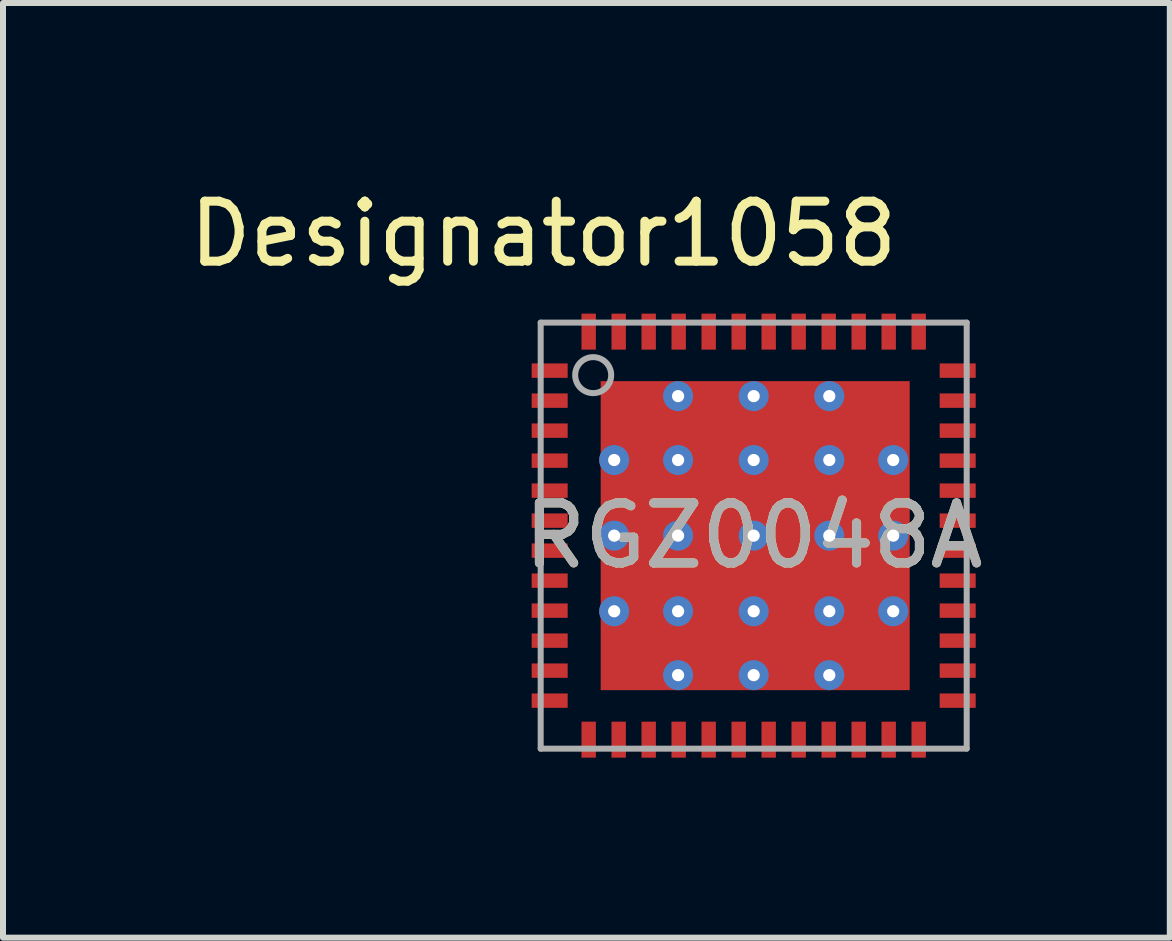
<source format=kicad_pcb>
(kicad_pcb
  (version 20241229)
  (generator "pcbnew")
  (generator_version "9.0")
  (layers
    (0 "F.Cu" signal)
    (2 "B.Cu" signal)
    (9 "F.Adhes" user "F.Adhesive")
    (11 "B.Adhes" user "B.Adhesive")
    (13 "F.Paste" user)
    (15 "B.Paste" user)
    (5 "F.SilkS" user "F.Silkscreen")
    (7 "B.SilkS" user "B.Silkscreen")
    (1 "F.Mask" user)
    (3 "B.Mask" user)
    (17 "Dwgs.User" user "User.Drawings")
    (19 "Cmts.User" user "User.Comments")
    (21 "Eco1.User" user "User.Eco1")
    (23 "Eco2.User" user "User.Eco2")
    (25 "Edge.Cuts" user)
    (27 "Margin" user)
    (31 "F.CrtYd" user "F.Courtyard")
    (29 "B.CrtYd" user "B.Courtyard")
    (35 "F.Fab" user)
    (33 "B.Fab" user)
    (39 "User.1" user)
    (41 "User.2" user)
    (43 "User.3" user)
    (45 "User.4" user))
  (footprint "RGZ0048A"
    (layer "F.Cu")
    (at 9.511 5.877)
    (property "Reference" "RGZ0048A" (at 0 0 0) (unlocked yes) (layer "F.SilkS") (effects (font (size 1 1) (thickness 0.15))))
    (attr smd)
    (fp_poly (pts (xy -1.36 -1.41) (xy -1.36 -2.37) (xy -1.41 -2.42) (xy -2.37 -2.42) (xy -2.42 -2.37) (xy -2.42 -1.41) (xy -2.37 -1.36) (xy -1.41 -1.36)) (stroke (width 0) (type solid)) (fill yes) (layer "F.Paste"))
    (fp_poly (pts (xy -1.36 -0.15) (xy -1.36 -1.11) (xy -1.41 -1.16) (xy -2.37 -1.16) (xy -2.42 -1.11) (xy -2.42 -0.15) (xy -2.37 -0.1) (xy -1.41 -0.1)) (stroke (width 0) (type solid)) (fill yes) (layer "F.Paste"))
    (fp_poly (pts (xy -1.36 0.15) (xy -1.36 1.11) (xy -1.41 1.16) (xy -2.37 1.16) (xy -2.42 1.11) (xy -2.42 0.15) (xy -2.37 0.1) (xy -1.41 0.1)) (stroke (width 0) (type solid)) (fill yes) (layer "F.Paste"))
    (fp_poly (pts (xy -1.36 1.41) (xy -1.36 2.37) (xy -1.41 2.42) (xy -2.37 2.42) (xy -2.42 2.37) (xy -2.42 1.41) (xy -2.37 1.36) (xy -1.41 1.36)) (stroke (width 0) (type solid)) (fill yes) (layer "F.Paste"))
    (fp_poly (pts (xy -0.1 -1.41) (xy -0.1 -2.37) (xy -0.15 -2.42) (xy -1.11 -2.42) (xy -1.16 -2.37) (xy -1.16 -1.41) (xy -1.11 -1.36) (xy -0.15 -1.36)) (stroke (width 0) (type solid)) (fill yes) (layer "F.Paste"))
    (fp_poly (pts (xy -0.1 -0.15) (xy -0.1 -1.11) (xy -0.15 -1.16) (xy -1.11 -1.16) (xy -1.16 -1.11) (xy -1.16 -0.15) (xy -1.11 -0.1) (xy -0.15 -0.1)) (stroke (width 0) (type solid)) (fill yes) (layer "F.Paste"))
    (fp_poly (pts (xy -0.1 0.15) (xy -0.1 1.11) (xy -0.15 1.16) (xy -1.11 1.16) (xy -1.16 1.11) (xy -1.16 0.15) (xy -1.11 0.1) (xy -0.15 0.1)) (stroke (width 0) (type solid)) (fill yes) (layer "F.Paste"))
    (fp_poly (pts (xy -0.1 1.41) (xy -0.1 2.37) (xy -0.15 2.42) (xy -1.11 2.42) (xy -1.16 2.37) (xy -1.16 1.41) (xy -1.11 1.36) (xy -0.15 1.36)) (stroke (width 0) (type solid)) (fill yes) (layer "F.Paste"))
    (fp_poly (pts (xy 0.1 -1.41) (xy 0.1 -2.37) (xy 0.15 -2.42) (xy 1.11 -2.42) (xy 1.16 -2.37) (xy 1.16 -1.41) (xy 1.11 -1.36) (xy 0.15 -1.36)) (stroke (width 0) (type solid)) (fill yes) (layer "F.Paste"))
    (fp_poly (pts (xy 0.1 -0.15) (xy 0.1 -1.11) (xy 0.15 -1.16) (xy 1.11 -1.16) (xy 1.16 -1.11) (xy 1.16 -0.15) (xy 1.11 -0.1) (xy 0.15 -0.1)) (stroke (width 0) (type solid)) (fill yes) (layer "F.Paste"))
    (fp_poly (pts (xy 0.1 0.15) (xy 0.1 1.11) (xy 0.15 1.16) (xy 1.11 1.16) (xy 1.16 1.11) (xy 1.16 0.15) (xy 1.11 0.1) (xy 0.15 0.1)) (stroke (width 0) (type solid)) (fill yes) (layer "F.Paste"))
    (fp_poly (pts (xy 0.1 1.41) (xy 0.1 2.37) (xy 0.15 2.42) (xy 1.11 2.42) (xy 1.16 2.37) (xy 1.16 1.41) (xy 1.11 1.36) (xy 0.15 1.36)) (stroke (width 0) (type solid)) (fill yes) (layer "F.Paste"))
    (fp_poly (pts (xy 1.36 -1.41) (xy 1.36 -2.37) (xy 1.41 -2.42) (xy 2.37 -2.42) (xy 2.42 -2.37) (xy 2.42 -1.41) (xy 2.37 -1.36) (xy 1.41 -1.36)) (stroke (width 0) (type solid)) (fill yes) (layer "F.Paste"))
    (fp_poly (pts (xy 1.36 -0.15) (xy 1.36 -1.11) (xy 1.41 -1.16) (xy 2.37 -1.16) (xy 2.42 -1.11) (xy 2.42 -0.15) (xy 2.37 -0.1) (xy 1.41 -0.1)) (stroke (width 0) (type solid)) (fill yes) (layer "F.Paste"))
    (fp_poly (pts (xy 1.36 0.15) (xy 1.36 1.11) (xy 1.41 1.16) (xy 2.37 1.16) (xy 2.42 1.11) (xy 2.42 0.15) (xy 2.37 0.1) (xy 1.41 0.1)) (stroke (width 0) (type solid)) (fill yes) (layer "F.Paste"))
    (fp_poly (pts (xy 1.36 1.41) (xy 1.36 2.37) (xy 1.41 2.42) (xy 2.37 2.42) (xy 2.42 2.37) (xy 2.42 1.41) (xy 2.37 1.36) (xy 1.41 1.36)) (stroke (width 0) (type solid)) (fill yes) (layer "F.Paste"))
    (fp_line (start -3.55 -3.55) (end 3.55 -3.55) (stroke (width 0.1) (type solid)) (layer "F.Fab"))
    (fp_line (start -3.55 3.55) (end -3.55 -3.55) (stroke (width 0.1) (type solid)) (layer "F.Fab"))
    (fp_line (start -3.55 3.55) (end 3.55 3.55) (stroke (width 0.1) (type solid)) (layer "F.Fab"))
    (fp_line (start 3.55 3.55) (end 3.55 -3.55) (stroke (width 0.1) (type solid)) (layer "F.Fab"))
    (fp_circle (center -2.675 -2.675) (end -2.375 -2.675) (stroke (width 0.1) (type solid)) (fill no) (layer "F.Fab"))
    (fp_text user "Designator1058" (at -3.505 -5.029 0) (unlocked yes) (layer "F.SilkS") (effects (font (size 1 1) (thickness 0.15))))
    (fp_text user "${REFERENCE}" (at 0 0 0) (unlocked yes) (layer "F.Fab") (effects (font (size 1 1) (thickness 0.15))))
    (pad "1" smd rect (at -3.4 -2.75 90) (size 0.24 0.6) (layers "F.Cu" "F.Mask" "F.Paste"))
    (pad "2" smd rect (at -3.4 -2.25 90) (size 0.24 0.6) (layers "F.Cu" "F.Mask" "F.Paste"))
    (pad "3" smd rect (at -3.4 -1.75 90) (size 0.24 0.6) (layers "F.Cu" "F.Mask" "F.Paste"))
    (pad "4" smd rect (at -3.4 -1.25 90) (size 0.24 0.6) (layers "F.Cu" "F.Mask" "F.Paste"))
    (pad "5" smd rect (at -3.4 -0.75 90) (size 0.24 0.6) (layers "F.Cu" "F.Mask" "F.Paste"))
    (pad "6" smd rect (at -3.4 -0.25 90) (size 0.24 0.6) (layers "F.Cu" "F.Mask" "F.Paste"))
    (pad "7" smd rect (at -3.4 0.25 90) (size 0.24 0.6) (layers "F.Cu" "F.Mask" "F.Paste"))
    (pad "8" smd rect (at -3.4 0.75 90) (size 0.24 0.6) (layers "F.Cu" "F.Mask" "F.Paste"))
    (pad "9" smd rect (at -3.4 1.25 90) (size 0.24 0.6) (layers "F.Cu" "F.Mask" "F.Paste"))
    (pad "10" smd rect (at -3.4 1.75 90) (size 0.24 0.6) (layers "F.Cu" "F.Mask" "F.Paste"))
    (pad "11" smd rect (at -3.4 2.25 90) (size 0.24 0.6) (layers "F.Cu" "F.Mask" "F.Paste"))
    (pad "12" smd rect (at -3.4 2.75 90) (size 0.24 0.6) (layers "F.Cu" "F.Mask" "F.Paste"))
    (pad "13" smd rect (at -2.75 3.4) (size 0.24 0.6) (layers "F.Cu" "F.Mask" "F.Paste"))
    (pad "14" smd rect (at -2.25 3.4) (size 0.24 0.6) (layers "F.Cu" "F.Mask" "F.Paste"))
    (pad "15" smd rect (at -1.75 3.4) (size 0.24 0.6) (layers "F.Cu" "F.Mask" "F.Paste"))
    (pad "16" smd rect (at -1.25 3.4) (size 0.24 0.6) (layers "F.Cu" "F.Mask" "F.Paste"))
    (pad "17" smd rect (at -0.75 3.4) (size 0.24 0.6) (layers "F.Cu" "F.Mask" "F.Paste"))
    (pad "18" smd rect (at -0.25 3.4) (size 0.24 0.6) (layers "F.Cu" "F.Mask" "F.Paste"))
    (pad "19" smd rect (at 0.25 3.4) (size 0.24 0.6) (layers "F.Cu" "F.Mask" "F.Paste"))
    (pad "20" smd rect (at 0.75 3.4) (size 0.24 0.6) (layers "F.Cu" "F.Mask" "F.Paste"))
    (pad "21" smd rect (at 1.25 3.4) (size 0.24 0.6) (layers "F.Cu" "F.Mask" "F.Paste"))
    (pad "22" smd rect (at 1.75 3.4) (size 0.24 0.6) (layers "F.Cu" "F.Mask" "F.Paste"))
    (pad "23" smd rect (at 2.25 3.4) (size 0.24 0.6) (layers "F.Cu" "F.Mask" "F.Paste"))
    (pad "24" smd rect (at 2.75 3.4) (size 0.24 0.6) (layers "F.Cu" "F.Mask" "F.Paste"))
    (pad "25" smd rect (at 3.4 2.75 90) (size 0.24 0.6) (layers "F.Cu" "F.Mask" "F.Paste"))
    (pad "26" smd rect (at 3.4 2.25 90) (size 0.24 0.6) (layers "F.Cu" "F.Mask" "F.Paste"))
    (pad "27" smd rect (at 3.4 1.75 90) (size 0.24 0.6) (layers "F.Cu" "F.Mask" "F.Paste"))
    (pad "28" smd rect (at 3.4 1.25 90) (size 0.24 0.6) (layers "F.Cu" "F.Mask" "F.Paste"))
    (pad "29" smd rect (at 3.4 0.75 90) (size 0.24 0.6) (layers "F.Cu" "F.Mask" "F.Paste"))
    (pad "30" smd rect (at 3.4 0.25 90) (size 0.24 0.6) (layers "F.Cu" "F.Mask" "F.Paste"))
    (pad "31" smd rect (at 3.4 -0.25 90) (size 0.24 0.6) (layers "F.Cu" "F.Mask" "F.Paste"))
    (pad "32" smd rect (at 3.4 -0.75 90) (size 0.24 0.6) (layers "F.Cu" "F.Mask" "F.Paste"))
    (pad "33" smd rect (at 3.4 -1.25 90) (size 0.24 0.6) (layers "F.Cu" "F.Mask" "F.Paste"))
    (pad "34" smd rect (at 3.4 -1.75 90) (size 0.24 0.6) (layers "F.Cu" "F.Mask" "F.Paste"))
    (pad "35" smd rect (at 3.4 -2.25 90) (size 0.24 0.6) (layers "F.Cu" "F.Mask" "F.Paste"))
    (pad "36" smd rect (at 3.4 -2.75 90) (size 0.24 0.6) (layers "F.Cu" "F.Mask" "F.Paste"))
    (pad "37" smd rect (at 2.75 -3.4) (size 0.24 0.6) (layers "F.Cu" "F.Mask" "F.Paste"))
    (pad "38" smd rect (at 2.25 -3.4) (size 0.24 0.6) (layers "F.Cu" "F.Mask" "F.Paste"))
    (pad "39" smd rect (at 1.75 -3.4) (size 0.24 0.6) (layers "F.Cu" "F.Mask" "F.Paste"))
    (pad "40" smd rect (at 1.25 -3.4) (size 0.24 0.6) (layers "F.Cu" "F.Mask" "F.Paste"))
    (pad "41" smd rect (at 0.75 -3.4) (size 0.24 0.6) (layers "F.Cu" "F.Mask" "F.Paste"))
    (pad "42" smd rect (at 0.25 -3.4) (size 0.24 0.6) (layers "F.Cu" "F.Mask" "F.Paste"))
    (pad "43" smd rect (at -0.25 -3.4) (size 0.24 0.6) (layers "F.Cu" "F.Mask" "F.Paste"))
    (pad "44" smd rect (at -0.75 -3.4) (size 0.24 0.6) (layers "F.Cu" "F.Mask" "F.Paste"))
    (pad "45" smd rect (at -1.25 -3.4) (size 0.24 0.6) (layers "F.Cu" "F.Mask" "F.Paste"))
    (pad "46" smd rect (at -1.75 -3.4) (size 0.24 0.6) (layers "F.Cu" "F.Mask" "F.Paste"))
    (pad "47" smd rect (at -2.25 -3.4) (size 0.24 0.6) (layers "F.Cu" "F.Mask" "F.Paste"))
    (pad "48" smd rect (at -2.75 -3.4) (size 0.24 0.6) (layers "F.Cu" "F.Mask" "F.Paste"))
    (pad "49" smd rect (at 0.025 0) (size 5.15 5.15) (layers "F.Cu" "F.Mask"))
    (pad "50" thru_hole circle (at 0 2.325) (size 0.5 0.5) (drill 0.203) (layers "*.Cu" "*.Mask"))
    (pad "51" thru_hole circle (at 0 1.26) (size 0.5 0.5) (drill 0.203) (layers "*.Cu" "*.Mask"))
    (pad "52" thru_hole circle (at 1.26 2.325) (size 0.5 0.5) (drill 0.203) (layers "*.Cu" "*.Mask"))
    (pad "53" thru_hole circle (at 1.26 1.26) (size 0.5 0.5) (drill 0.203) (layers "*.Cu" "*.Mask"))
    (pad "54" thru_hole circle (at 2.325 1.26) (size 0.5 0.5) (drill 0.203) (layers "*.Cu" "*.Mask"))
    (pad "55" thru_hole circle (at -2.325 0) (size 0.5 0.5) (drill 0.203) (layers "*.Cu" "*.Mask"))
    (pad "56" thru_hole circle (at -1.26 0) (size 0.5 0.5) (drill 0.203) (layers "*.Cu" "*.Mask"))
    (pad "57" thru_hole circle (at -2.325 1.26) (size 0.5 0.5) (drill 0.203) (layers "*.Cu" "*.Mask"))
    (pad "58" thru_hole circle (at -1.26 1.26) (size 0.5 0.5) (drill 0.203) (layers "*.Cu" "*.Mask"))
    (pad "59" thru_hole circle (at -1.26 2.325) (size 0.5 0.5) (drill 0.203) (layers "*.Cu" "*.Mask"))
    (pad "60" thru_hole circle (at 0 -2.325) (size 0.5 0.5) (drill 0.203) (layers "*.Cu" "*.Mask"))
    (pad "61" thru_hole circle (at 0 -1.26) (size 0.5 0.5) (drill 0.203) (layers "*.Cu" "*.Mask"))
    (pad "62" thru_hole circle (at -1.26 -2.325) (size 0.5 0.5) (drill 0.203) (layers "*.Cu" "*.Mask"))
    (pad "63" thru_hole circle (at -1.26 -1.26) (size 0.5 0.5) (drill 0.203) (layers "*.Cu" "*.Mask"))
    (pad "64" thru_hole circle (at -2.325 -1.26) (size 0.5 0.5) (drill 0.203) (layers "*.Cu" "*.Mask"))
    (pad "65" thru_hole circle (at 1.26 -2.325) (size 0.5 0.5) (drill 0.203) (layers "*.Cu" "*.Mask"))
    (pad "66" thru_hole circle (at 1.26 -1.26) (size 0.5 0.5) (drill 0.203) (layers "*.Cu" "*.Mask"))
    (pad "67" thru_hole circle (at 2.325 -1.26) (size 0.5 0.5) (drill 0.203) (layers "*.Cu" "*.Mask"))
    (pad "68" thru_hole circle (at 1.26 0) (size 0.5 0.5) (drill 0.203) (layers "*.Cu" "*.Mask"))
    (pad "69" thru_hole circle (at 2.325 0) (size 0.5 0.5) (drill 0.203) (layers "*.Cu" "*.Mask"))
    (pad "70" thru_hole circle (at 0 0) (size 0.5 0.5) (drill 0.203) (layers "*.Cu" "*.Mask")))
  (gr_rect
    (start -3 -3)
    (end 16.446 12.577)
    (stroke (width 0.1) (type default))
    (fill no)
    (layer "Edge.Cuts")))
</source>
